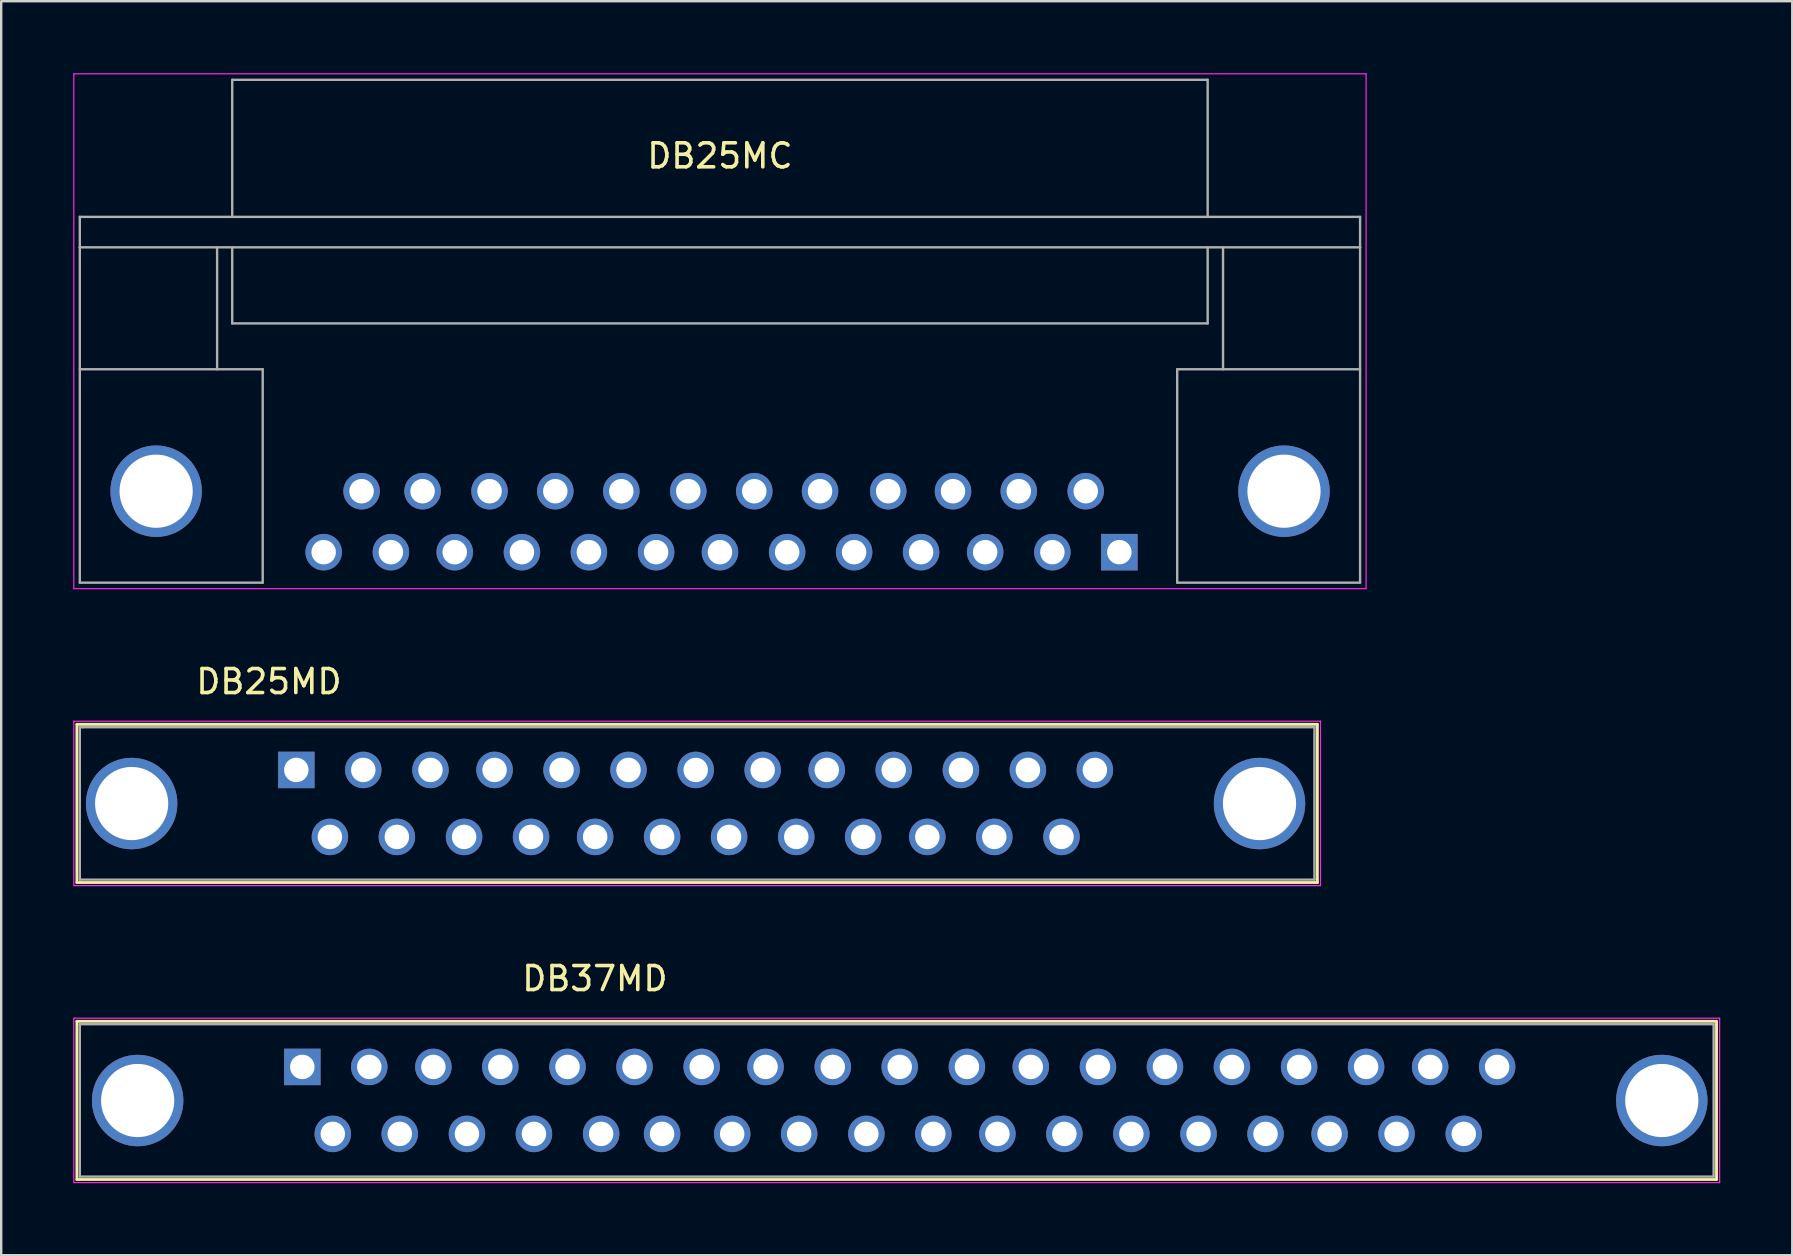
<source format=kicad_pcb>
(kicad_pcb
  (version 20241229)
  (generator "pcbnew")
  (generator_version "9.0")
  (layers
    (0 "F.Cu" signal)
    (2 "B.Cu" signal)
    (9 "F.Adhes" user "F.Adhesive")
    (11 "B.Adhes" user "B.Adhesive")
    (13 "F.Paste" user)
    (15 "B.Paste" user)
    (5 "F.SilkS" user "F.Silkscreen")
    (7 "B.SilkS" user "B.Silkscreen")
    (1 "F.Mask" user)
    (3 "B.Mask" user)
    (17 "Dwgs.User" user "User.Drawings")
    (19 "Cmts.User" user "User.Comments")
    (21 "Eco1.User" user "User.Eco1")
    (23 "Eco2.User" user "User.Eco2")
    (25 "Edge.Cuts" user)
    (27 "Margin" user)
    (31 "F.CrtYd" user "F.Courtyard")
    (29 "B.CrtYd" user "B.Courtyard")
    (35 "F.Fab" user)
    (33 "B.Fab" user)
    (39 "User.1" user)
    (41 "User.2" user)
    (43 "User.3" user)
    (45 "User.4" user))
  (footprint "DB25MD"
    (layer "F.Cu")
    (at 9.295 29.028)
    (property "Reference" "DB25MD" (at -1.14 -3.68 180) (layer "F.SilkS") (effects (font (size 1 1) (thickness 0.15))))
    (attr through_hole)
    (fp_line (start -9.14 -1.9) (end -9.14 4.69) (stroke (width 0.12) (type solid)) (layer "F.SilkS"))
    (fp_line (start -9.14 -1.9) (end 42.54 -1.9) (stroke (width 0.12) (type solid)) (layer "F.SilkS"))
    (fp_line (start 42.54 4.69) (end -9.14 4.69) (stroke (width 0.12) (type solid)) (layer "F.SilkS"))
    (fp_line (start 42.54 4.69) (end 42.54 -1.9) (stroke (width 0.12) (type solid)) (layer "F.SilkS"))
    (fp_line (start -9.27 -2.03) (end -9.27 4.82) (stroke (width 0.05) (type solid)) (layer "F.CrtYd"))
    (fp_line (start -9.27 -2.03) (end 42.67 -2.03) (stroke (width 0.05) (type solid)) (layer "F.CrtYd"))
    (fp_line (start 42.67 4.82) (end -9.27 4.82) (stroke (width 0.05) (type solid)) (layer "F.CrtYd"))
    (fp_line (start 42.67 4.82) (end 42.67 -2.03) (stroke (width 0.05) (type solid)) (layer "F.CrtYd"))
    (fp_line (start -9.02 -1.78) (end -9.02 -1.78) (stroke (width 0.1) (type solid)) (layer "F.Fab"))
    (fp_line (start -9.02 -1.78) (end -9.02 4.57) (stroke (width 0.1) (type solid)) (layer "F.Fab"))
    (fp_line (start -9.02 4.57) (end 42.42 4.57) (stroke (width 0.1) (type solid)) (layer "F.Fab"))
    (fp_line (start -8.89 -1.78) (end -9.02 -1.78) (stroke (width 0.1) (type solid)) (layer "F.Fab"))
    (fp_line (start 42.42 -1.78) (end -8.89 -1.78) (stroke (width 0.1) (type solid)) (layer "F.Fab"))
    (fp_line (start 42.42 4.57) (end 42.42 -1.78) (stroke (width 0.1) (type solid)) (layer "F.Fab"))
    (pad "0" thru_hole circle (at -6.86 1.4) (size 3.81 3.81) (drill 3.05) (layers "*.Cu" "*.Mask"))
    (pad "0" thru_hole circle (at 40.13 1.4) (size 3.81 3.81) (drill 3.05) (layers "*.Cu" "*.Mask"))
    (pad "1" thru_hole rect (at 0 0) (size 1.52 1.52) (drill 1.02) (layers "*.Cu" "*.Mask"))
    (pad "2" thru_hole circle (at 2.79 0) (size 1.52 1.52) (drill 1.02) (layers "*.Cu" "*.Mask"))
    (pad "3" thru_hole circle (at 5.59 0) (size 1.52 1.52) (drill 1.02) (layers "*.Cu" "*.Mask"))
    (pad "4" thru_hole circle (at 8.26 0) (size 1.52 1.52) (drill 1.02) (layers "*.Cu" "*.Mask"))
    (pad "5" thru_hole circle (at 11.05 0) (size 1.52 1.52) (drill 1.02) (layers "*.Cu" "*.Mask"))
    (pad "6" thru_hole circle (at 13.84 0) (size 1.52 1.52) (drill 1.02) (layers "*.Cu" "*.Mask"))
    (pad "7" thru_hole circle (at 16.64 0) (size 1.52 1.52) (drill 1.02) (layers "*.Cu" "*.Mask"))
    (pad "8" thru_hole circle (at 19.43 0) (size 1.52 1.52) (drill 1.02) (layers "*.Cu" "*.Mask"))
    (pad "9" thru_hole circle (at 22.1 0) (size 1.52 1.52) (drill 1.02) (layers "*.Cu" "*.Mask"))
    (pad "10" thru_hole circle (at 24.89 0) (size 1.52 1.52) (drill 1.02) (layers "*.Cu" "*.Mask"))
    (pad "11" thru_hole circle (at 27.69 0) (size 1.52 1.52) (drill 1.02) (layers "*.Cu" "*.Mask"))
    (pad "12" thru_hole circle (at 30.48 0) (size 1.52 1.52) (drill 1.02) (layers "*.Cu" "*.Mask"))
    (pad "13" thru_hole circle (at 33.27 0) (size 1.52 1.52) (drill 1.02) (layers "*.Cu" "*.Mask"))
    (pad "14" thru_hole circle (at 1.4 2.79) (size 1.52 1.52) (drill 1.02) (layers "*.Cu" "*.Mask"))
    (pad "15" thru_hole circle (at 4.19 2.79) (size 1.52 1.52) (drill 1.02) (layers "*.Cu" "*.Mask"))
    (pad "16" thru_hole circle (at 6.99 2.79) (size 1.52 1.52) (drill 1.02) (layers "*.Cu" "*.Mask"))
    (pad "17" thru_hole circle (at 9.78 2.79) (size 1.52 1.52) (drill 1.02) (layers "*.Cu" "*.Mask"))
    (pad "18" thru_hole circle (at 12.45 2.79) (size 1.52 1.52) (drill 1.02) (layers "*.Cu" "*.Mask"))
    (pad "19" thru_hole circle (at 15.24 2.79) (size 1.52 1.52) (drill 1.02) (layers "*.Cu" "*.Mask"))
    (pad "20" thru_hole circle (at 18.03 2.79) (size 1.52 1.52) (drill 1.02) (layers "*.Cu" "*.Mask"))
    (pad "21" thru_hole circle (at 20.83 2.79) (size 1.52 1.52) (drill 1.02) (layers "*.Cu" "*.Mask"))
    (pad "22" thru_hole circle (at 23.62 2.79) (size 1.52 1.52) (drill 1.02) (layers "*.Cu" "*.Mask"))
    (pad "23" thru_hole circle (at 26.29 2.79) (size 1.52 1.52) (drill 1.02) (layers "*.Cu" "*.Mask"))
    (pad "24" thru_hole circle (at 29.08 2.79) (size 1.52 1.52) (drill 1.02) (layers "*.Cu" "*.Mask"))
    (pad "25" thru_hole circle (at 31.88 2.79) (size 1.52 1.52) (drill 1.02) (layers "*.Cu" "*.Mask")))
  (footprint "DB37MD"
    (layer "F.Cu")
    (at 9.545 41.401)
    (property "Reference" "DB37MD" (at 12.19 -3.68 0) (layer "F.SilkS") (effects (font (size 1 1) (thickness 0.15))))
    (attr through_hole)
    (fp_line (start -9.39 -1.9) (end -9.39 4.69) (stroke (width 0.12) (type solid)) (layer "F.SilkS"))
    (fp_line (start -9.39 -1.9) (end 58.92 -1.9) (stroke (width 0.12) (type solid)) (layer "F.SilkS"))
    (fp_line (start 58.92 4.69) (end -9.39 4.69) (stroke (width 0.12) (type solid)) (layer "F.SilkS"))
    (fp_line (start 58.92 4.69) (end 58.92 -1.9) (stroke (width 0.12) (type solid)) (layer "F.SilkS"))
    (fp_line (start -9.52 -2.03) (end -9.52 4.82) (stroke (width 0.05) (type solid)) (layer "F.CrtYd"))
    (fp_line (start -9.52 -2.03) (end 59.05 -2.03) (stroke (width 0.05) (type solid)) (layer "F.CrtYd"))
    (fp_line (start 59.05 4.82) (end -9.52 4.82) (stroke (width 0.05) (type solid)) (layer "F.CrtYd"))
    (fp_line (start 59.05 4.82) (end 59.05 -2.03) (stroke (width 0.05) (type solid)) (layer "F.CrtYd"))
    (fp_line (start -9.27 -1.78) (end -9.27 -1.78) (stroke (width 0.1) (type solid)) (layer "F.Fab"))
    (fp_line (start -9.27 -1.78) (end -9.27 4.57) (stroke (width 0.1) (type solid)) (layer "F.Fab"))
    (fp_line (start -9.27 4.57) (end 58.8 4.57) (stroke (width 0.1) (type solid)) (layer "F.Fab"))
    (fp_line (start 58.8 -1.78) (end -9.27 -1.78) (stroke (width 0.1) (type solid)) (layer "F.Fab"))
    (fp_line (start 58.8 4.57) (end 58.8 -1.78) (stroke (width 0.1) (type solid)) (layer "F.Fab"))
    (pad "" thru_hole circle (at -6.86 1.4) (size 3.81 3.81) (drill 3.05) (layers "*.Cu" "*.Mask"))
    (pad "" thru_hole circle (at 56.64 1.4) (size 3.81 3.81) (drill 3.05) (layers "*.Cu" "*.Mask"))
    (pad "1" thru_hole rect (at 0 0) (size 1.52 1.52) (drill 1.02) (layers "*.Cu" "*.Mask"))
    (pad "2" thru_hole circle (at 2.79 0) (size 1.52 1.52) (drill 1.02) (layers "*.Cu" "*.Mask"))
    (pad "3" thru_hole circle (at 5.46 0) (size 1.52 1.52) (drill 1.02) (layers "*.Cu" "*.Mask"))
    (pad "4" thru_hole circle (at 8.25 0) (size 1.52 1.52) (drill 1.02) (layers "*.Cu" "*.Mask"))
    (pad "5" thru_hole circle (at 11.05 0) (size 1.52 1.52) (drill 1.02) (layers "*.Cu" "*.Mask"))
    (pad "6" thru_hole circle (at 13.84 0) (size 1.52 1.52) (drill 1.02) (layers "*.Cu" "*.Mask"))
    (pad "7" thru_hole circle (at 16.64 0) (size 1.52 1.52) (drill 1.02) (layers "*.Cu" "*.Mask"))
    (pad "8" thru_hole circle (at 19.3 0) (size 1.52 1.52) (drill 1.02) (layers "*.Cu" "*.Mask"))
    (pad "9" thru_hole circle (at 22.1 0) (size 1.52 1.52) (drill 1.02) (layers "*.Cu" "*.Mask"))
    (pad "10" thru_hole circle (at 24.89 0) (size 1.52 1.52) (drill 1.02) (layers "*.Cu" "*.Mask"))
    (pad "11" thru_hole circle (at 27.69 0) (size 1.52 1.52) (drill 1.02) (layers "*.Cu" "*.Mask"))
    (pad "12" thru_hole circle (at 30.35 0) (size 1.52 1.52) (drill 1.02) (layers "*.Cu" "*.Mask"))
    (pad "13" thru_hole circle (at 33.15 0) (size 1.52 1.52) (drill 1.02) (layers "*.Cu" "*.Mask"))
    (pad "14" thru_hole circle (at 35.94 0) (size 1.52 1.52) (drill 1.02) (layers "*.Cu" "*.Mask"))
    (pad "15" thru_hole circle (at 38.73 0) (size 1.52 1.52) (drill 1.02) (layers "*.Cu" "*.Mask"))
    (pad "16" thru_hole circle (at 41.53 0) (size 1.52 1.52) (drill 1.02) (layers "*.Cu" "*.Mask"))
    (pad "17" thru_hole circle (at 44.32 0) (size 1.52 1.52) (drill 1.02) (layers "*.Cu" "*.Mask"))
    (pad "18" thru_hole circle (at 46.99 0) (size 1.52 1.52) (drill 1.02) (layers "*.Cu" "*.Mask"))
    (pad "19" thru_hole circle (at 49.78 0) (size 1.52 1.52) (drill 1.02) (layers "*.Cu" "*.Mask"))
    (pad "20" thru_hole circle (at 1.27 2.79) (size 1.52 1.52) (drill 1.02) (layers "*.Cu" "*.Mask"))
    (pad "21" thru_hole circle (at 4.06 2.79) (size 1.52 1.52) (drill 1.02) (layers "*.Cu" "*.Mask"))
    (pad "22" thru_hole circle (at 6.86 2.79) (size 1.52 1.52) (drill 1.02) (layers "*.Cu" "*.Mask"))
    (pad "23" thru_hole circle (at 9.65 2.79) (size 1.52 1.52) (drill 1.02) (layers "*.Cu" "*.Mask"))
    (pad "24" thru_hole circle (at 12.45 2.79) (size 1.52 1.52) (drill 1.02) (layers "*.Cu" "*.Mask"))
    (pad "25" thru_hole circle (at 14.99 2.79) (size 1.52 1.52) (drill 1.02) (layers "*.Cu" "*.Mask"))
    (pad "26" thru_hole circle (at 17.91 2.79) (size 1.52 1.52) (drill 1.02) (layers "*.Cu" "*.Mask"))
    (pad "27" thru_hole circle (at 20.7 2.79) (size 1.52 1.52) (drill 1.02) (layers "*.Cu" "*.Mask"))
    (pad "28" thru_hole circle (at 23.5 2.79) (size 1.52 1.52) (drill 1.02) (layers "*.Cu" "*.Mask"))
    (pad "29" thru_hole circle (at 26.29 2.79) (size 1.52 1.52) (drill 1.02) (layers "*.Cu" "*.Mask"))
    (pad "30" thru_hole circle (at 28.96 2.79) (size 1.52 1.52) (drill 1.02) (layers "*.Cu" "*.Mask"))
    (pad "31" thru_hole circle (at 31.75 2.79) (size 1.52 1.52) (drill 1.02) (layers "*.Cu" "*.Mask"))
    (pad "32" thru_hole circle (at 34.54 2.79) (size 1.52 1.52) (drill 1.02) (layers "*.Cu" "*.Mask"))
    (pad "33" thru_hole circle (at 37.34 2.79) (size 1.52 1.52) (drill 1.02) (layers "*.Cu" "*.Mask"))
    (pad "34" thru_hole circle (at 40.13 2.79) (size 1.52 1.52) (drill 1.02) (layers "*.Cu" "*.Mask"))
    (pad "35" thru_hole circle (at 42.8 2.79) (size 1.52 1.52) (drill 1.02) (layers "*.Cu" "*.Mask"))
    (pad "36" thru_hole circle (at 45.59 2.79) (size 1.52 1.52) (drill 1.02) (layers "*.Cu" "*.Mask"))
    (pad "37" thru_hole circle (at 48.39 2.79) (size 1.52 1.52) (drill 1.02) (layers "*.Cu" "*.Mask")))
  (footprint "DB25MC"
    (layer "F.Cu")
    (at 43.585 19.955)
    (property "Reference" "DB25MC" (at -16.64 -16.51 0) (layer "F.SilkS") (effects (font (size 1 1) (thickness 0.15))))
    (attr through_hole)
    (fp_line (start -43.56 -19.93) (end -43.56 1.52) (stroke (width 0.05) (type solid)) (layer "F.CrtYd"))
    (fp_line (start -43.56 -19.93) (end 10.28 -19.93) (stroke (width 0.05) (type solid)) (layer "F.CrtYd"))
    (fp_line (start 10.28 1.52) (end -43.56 1.52) (stroke (width 0.05) (type solid)) (layer "F.CrtYd"))
    (fp_line (start 10.28 1.52) (end 10.28 -19.93) (stroke (width 0.05) (type solid)) (layer "F.CrtYd"))
    (fp_line (start -43.31 -13.97) (end -43.31 -12.7) (stroke (width 0.1) (type solid)) (layer "F.Fab"))
    (fp_line (start -43.31 -12.7) (end 10.03 -12.7) (stroke (width 0.1) (type solid)) (layer "F.Fab"))
    (fp_line (start -43.31 -7.62) (end -35.69 -7.62) (stroke (width 0.1) (type solid)) (layer "F.Fab"))
    (fp_line (start -43.31 1.27) (end -43.31 -12.7) (stroke (width 0.1) (type solid)) (layer "F.Fab"))
    (fp_line (start -43.31 1.27) (end -35.69 1.27) (stroke (width 0.1) (type solid)) (layer "F.Fab"))
    (fp_line (start -37.59 -12.7) (end -37.59 -7.62) (stroke (width 0.1) (type solid)) (layer "F.Fab"))
    (fp_line (start -36.96 -19.68) (end -36.96 -13.97) (stroke (width 0.1) (type solid)) (layer "F.Fab"))
    (fp_line (start -36.96 -19.68) (end 3.68 -19.68) (stroke (width 0.1) (type solid)) (layer "F.Fab"))
    (fp_line (start -36.96 -9.53) (end -36.96 -12.7) (stroke (width 0.1) (type solid)) (layer "F.Fab"))
    (fp_line (start -36.96 -9.53) (end 3.68 -9.53) (stroke (width 0.1) (type solid)) (layer "F.Fab"))
    (fp_line (start -35.69 -7.62) (end -35.69 1.27) (stroke (width 0.1) (type solid)) (layer "F.Fab"))
    (fp_line (start 2.41 -7.62) (end 2.41 1.27) (stroke (width 0.1) (type solid)) (layer "F.Fab"))
    (fp_line (start 2.41 1.27) (end 10.03 1.27) (stroke (width 0.1) (type solid)) (layer "F.Fab"))
    (fp_line (start 3.68 -19.68) (end 3.68 -13.97) (stroke (width 0.1) (type solid)) (layer "F.Fab"))
    (fp_line (start 3.68 -9.53) (end 3.68 -12.7) (stroke (width 0.1) (type solid)) (layer "F.Fab"))
    (fp_line (start 4.32 -12.7) (end 4.32 -7.62) (stroke (width 0.1) (type solid)) (layer "F.Fab"))
    (fp_line (start 10.03 -13.97) (end -43.31 -13.97) (stroke (width 0.1) (type solid)) (layer "F.Fab"))
    (fp_line (start 10.03 -12.7) (end 10.03 -13.97) (stroke (width 0.1) (type solid)) (layer "F.Fab"))
    (fp_line (start 10.03 -12.7) (end 10.03 1.27) (stroke (width 0.1) (type solid)) (layer "F.Fab"))
    (fp_line (start 10.03 -7.62) (end 2.41 -7.62) (stroke (width 0.1) (type solid)) (layer "F.Fab"))
    (pad "" thru_hole circle (at -40.13 -2.54) (size 3.81 3.81) (drill 3.05) (layers "*.Cu" "*.Mask"))
    (pad "" thru_hole circle (at 6.86 -2.54) (size 3.81 3.81) (drill 3.05) (layers "*.Cu" "*.Mask"))
    (pad "1" thru_hole rect (at 0 0) (size 1.52 1.52) (drill 1.02) (layers "*.Cu" "*.Mask"))
    (pad "2" thru_hole circle (at -2.79 0) (size 1.52 1.52) (drill 1.02) (layers "*.Cu" "*.Mask"))
    (pad "3" thru_hole circle (at -5.59 0) (size 1.52 1.52) (drill 1.02) (layers "*.Cu" "*.Mask"))
    (pad "4" thru_hole circle (at -8.26 0) (size 1.52 1.52) (drill 1.02) (layers "*.Cu" "*.Mask"))
    (pad "5" thru_hole circle (at -11.05 0) (size 1.52 1.52) (drill 1.02) (layers "*.Cu" "*.Mask"))
    (pad "6" thru_hole circle (at -13.84 0) (size 1.52 1.52) (drill 1.02) (layers "*.Cu" "*.Mask"))
    (pad "7" thru_hole circle (at -16.64 0) (size 1.52 1.52) (drill 1.02) (layers "*.Cu" "*.Mask"))
    (pad "8" thru_hole circle (at -19.3 0) (size 1.52 1.52) (drill 1.02) (layers "*.Cu" "*.Mask"))
    (pad "9" thru_hole circle (at -22.1 0) (size 1.52 1.52) (drill 1.02) (layers "*.Cu" "*.Mask"))
    (pad "10" thru_hole circle (at -24.89 0) (size 1.52 1.52) (drill 1.02) (layers "*.Cu" "*.Mask"))
    (pad "11" thru_hole circle (at -27.69 0) (size 1.52 1.52) (drill 1.02) (layers "*.Cu" "*.Mask"))
    (pad "12" thru_hole circle (at -30.35 0) (size 1.52 1.52) (drill 1.02) (layers "*.Cu" "*.Mask"))
    (pad "13" thru_hole circle (at -33.15 0) (size 1.52 1.52) (drill 1.02) (layers "*.Cu" "*.Mask"))
    (pad "14" thru_hole circle (at -1.4 -2.54) (size 1.52 1.52) (drill 1.02) (layers "*.Cu" "*.Mask"))
    (pad "15" thru_hole circle (at -4.19 -2.54) (size 1.52 1.52) (drill 1.02) (layers "*.Cu" "*.Mask"))
    (pad "16" thru_hole circle (at -6.93 -2.54) (size 1.52 1.52) (drill 1.02) (layers "*.Cu" "*.Mask"))
    (pad "17" thru_hole circle (at -9.63 -2.54) (size 1.52 1.52) (drill 1.02) (layers "*.Cu" "*.Mask"))
    (pad "18" thru_hole circle (at -12.47 -2.54) (size 1.52 1.52) (drill 1.02) (layers "*.Cu" "*.Mask"))
    (pad "19" thru_hole circle (at -15.21 -2.54) (size 1.52 1.52) (drill 1.02) (layers "*.Cu" "*.Mask"))
    (pad "20" thru_hole circle (at -17.96 -2.54) (size 1.52 1.52) (drill 1.02) (layers "*.Cu" "*.Mask"))
    (pad "21" thru_hole circle (at -20.75 -2.54) (size 1.52 1.52) (drill 1.02) (layers "*.Cu" "*.Mask"))
    (pad "22" thru_hole circle (at -23.5 -2.54) (size 1.52 1.52) (drill 1.02) (layers "*.Cu" "*.Mask"))
    (pad "23" thru_hole circle (at -26.24 -2.54) (size 1.52 1.52) (drill 1.02) (layers "*.Cu" "*.Mask"))
    (pad "24" thru_hole circle (at -29.03 -2.54) (size 1.52 1.52) (drill 1.02) (layers "*.Cu" "*.Mask"))
    (pad "25" thru_hole circle (at -31.57 -2.54) (size 1.52 1.52) (drill 1.02) (layers "*.Cu" "*.Mask")))
  (gr_rect
    (start -3 -3)
    (end 71.62 49.246)
    (stroke (width 0.1) (type default))
    (fill no)
    (layer "Edge.Cuts")))
</source>
